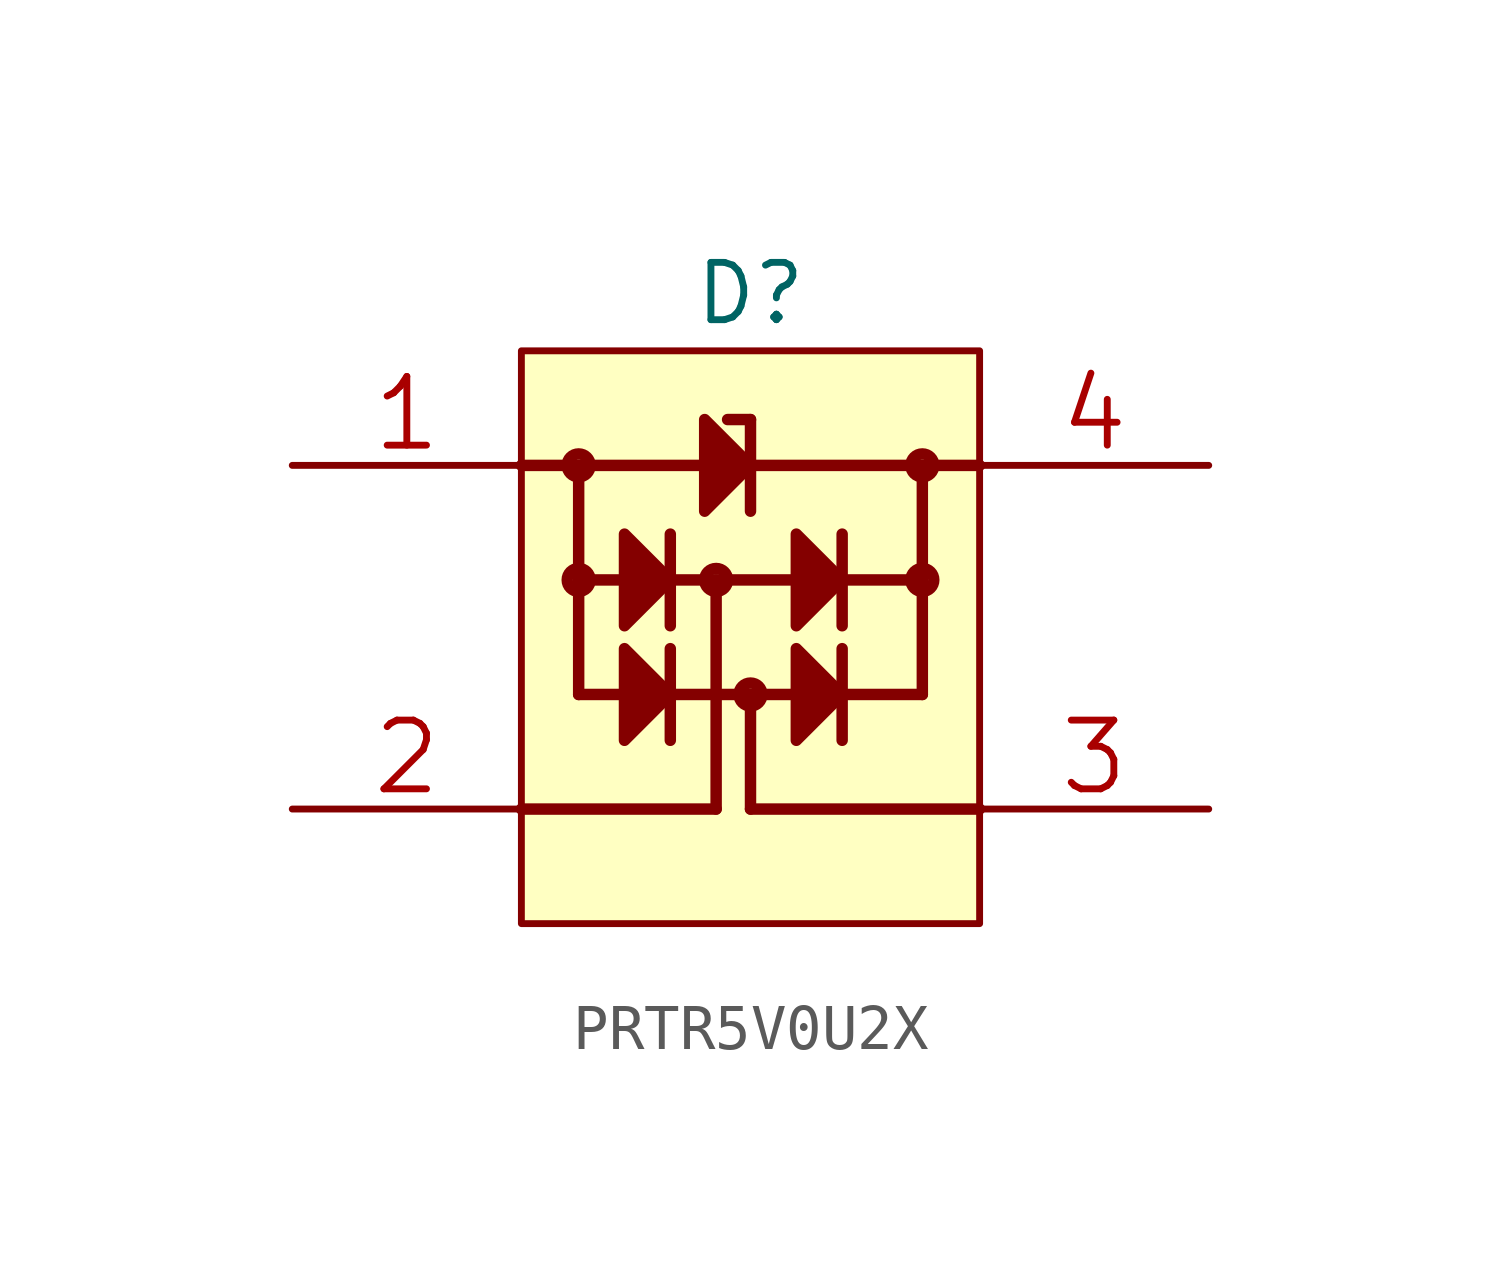
<source format=kicad_sym>
(kicad_symbol_lib
  (version 20241209)
  (generator "kicad_symbol_editor")
  (generator_version "9.0")
  (symbol "PRTR5V0U2X"
    (pin_names
      (offset 1.27))
    (property "Reference" "D"
      (at 5.08 1.27 0)
      (effects (font (size 1.27 1.27))))
    (property "ki_locked" ""
      (at 0 0 0)
      (effects (font (size 1.27 1.27))))
    (symbol "PRTR5V0U2X_0_1"
      (polyline (pts (xy 0 -2.54) (xy 10.16 -2.54)) (stroke (width 0.254) (type solid)) (fill (type none)))
      (rectangle (start 0 -12.7) (end 10.16 0) (stroke (width 0) (type solid)) (fill (type background)))
      (polyline (pts (xy 1.27 -2.54) (xy 1.27 -7.62)) (stroke (width 0.254) (type solid)) (fill (type none)))
      (circle (center 1.27 -2.54) (radius 0.254) (stroke (width 0.254) (type solid)) (fill (type none)))
      (polyline (pts (xy 1.27 -5.08) (xy 8.89 -5.08)) (stroke (width 0.254) (type solid)) (fill (type none)))
      (circle (center 1.27 -5.08) (radius 0.254) (stroke (width 0.254) (type solid)) (fill (type none)))
      (polyline (pts (xy 1.27 -7.62) (xy 8.89 -7.62)) (stroke (width 0.254) (type solid)) (fill (type none)))
      (polyline (pts (xy 2.286 -6.096) (xy 3.302 -5.08) (xy 2.286 -4.064) (xy 2.286 -6.096)) (stroke (width 0.254) (type solid)) (fill (type outline)))
      (polyline (pts (xy 2.286 -8.636) (xy 3.302 -7.62) (xy 2.286 -6.604) (xy 2.286 -8.636)) (stroke (width 0.254) (type solid)) (fill (type outline)))
      (polyline (pts (xy 3.302 -4.064) (xy 3.302 -6.096)) (stroke (width 0.254) (type solid)) (fill (type none)))
      (polyline (pts (xy 3.302 -6.604) (xy 3.302 -8.636)) (stroke (width 0.254) (type solid)) (fill (type none)))
      (polyline (pts (xy 4.064 -3.556) (xy 5.08 -2.54) (xy 4.064 -1.524) (xy 4.064 -3.556)) (stroke (width 0.254) (type solid)) (fill (type outline)))
      (circle (center 4.318 -5.08) (radius 0.254) (stroke (width 0.254) (type solid)) (fill (type none)))
      (polyline (pts (xy 4.318 -10.16) (xy 0 -10.16)) (stroke (width 0.254) (type solid)) (fill (type none)))
      (polyline (pts (xy 4.318 -10.16) (xy 4.318 -5.08)) (stroke (width 0.254) (type solid)) (fill (type none)))
      (polyline (pts (xy 4.572 -1.524) (xy 5.08 -1.524)) (stroke (width 0.254) (type solid)) (fill (type none)))
      (polyline (pts (xy 5.08 -1.524) (xy 5.08 -3.556)) (stroke (width 0.254) (type solid)) (fill (type none)))
      (polyline (pts (xy 5.08 -7.62) (xy 5.08 -10.16)) (stroke (width 0.254) (type solid)) (fill (type none)))
      (circle (center 5.08 -7.62) (radius 0.254) (stroke (width 0.254) (type solid)) (fill (type none)))
      (polyline (pts (xy 6.096 -6.096) (xy 7.112 -5.08) (xy 6.096 -4.064) (xy 6.096 -6.096)) (stroke (width 0.254) (type solid)) (fill (type outline)))
      (polyline (pts (xy 6.096 -8.636) (xy 7.112 -7.62) (xy 6.096 -6.604) (xy 6.096 -8.636)) (stroke (width 0.254) (type solid)) (fill (type outline)))
      (polyline (pts (xy 7.112 -4.064) (xy 7.112 -6.096)) (stroke (width 0.254) (type solid)) (fill (type none)))
      (polyline (pts (xy 7.112 -6.604) (xy 7.112 -8.636)) (stroke (width 0.254) (type solid)) (fill (type none)))
      (polyline (pts (xy 8.89 -2.54) (xy 8.89 -7.62)) (stroke (width 0.254) (type solid)) (fill (type none)))
      (circle (center 8.89 -2.54) (radius 0.254) (stroke (width 0.254) (type solid)) (fill (type none)))
      (circle (center 8.89 -5.08) (radius 0.254) (stroke (width 0.254) (type solid)) (fill (type none)))
      (polyline (pts (xy 10.16 -10.16) (xy 5.08 -10.16)) (stroke (width 0.254) (type solid)) (fill (type none)))
      (pin power_in line (at -5.08 -2.54 0) (length 5.08) (name "GND" (effects (font (size 0 0)))) (number "1" (effects (font (size 1.524 1.524)))))
      (pin bidirectional line (at -5.08 -10.16 0) (length 5.08) (name "I/O1" (effects (font (size 0 0)))) (number "2" (effects (font (size 1.524 1.524)))))
      (pin power_in line (at 15.24 -2.54 180) (length 5.08) (name "VCC" (effects (font (size 0 0)))) (number "4" (effects (font (size 1.524 1.524)))))
      (pin bidirectional line (at 15.24 -10.16 180) (length 5.08) (name "I/O2" (effects (font (size 0 0)))) (number "3" (effects (font (size 1.524 1.524))))))))
</source>
